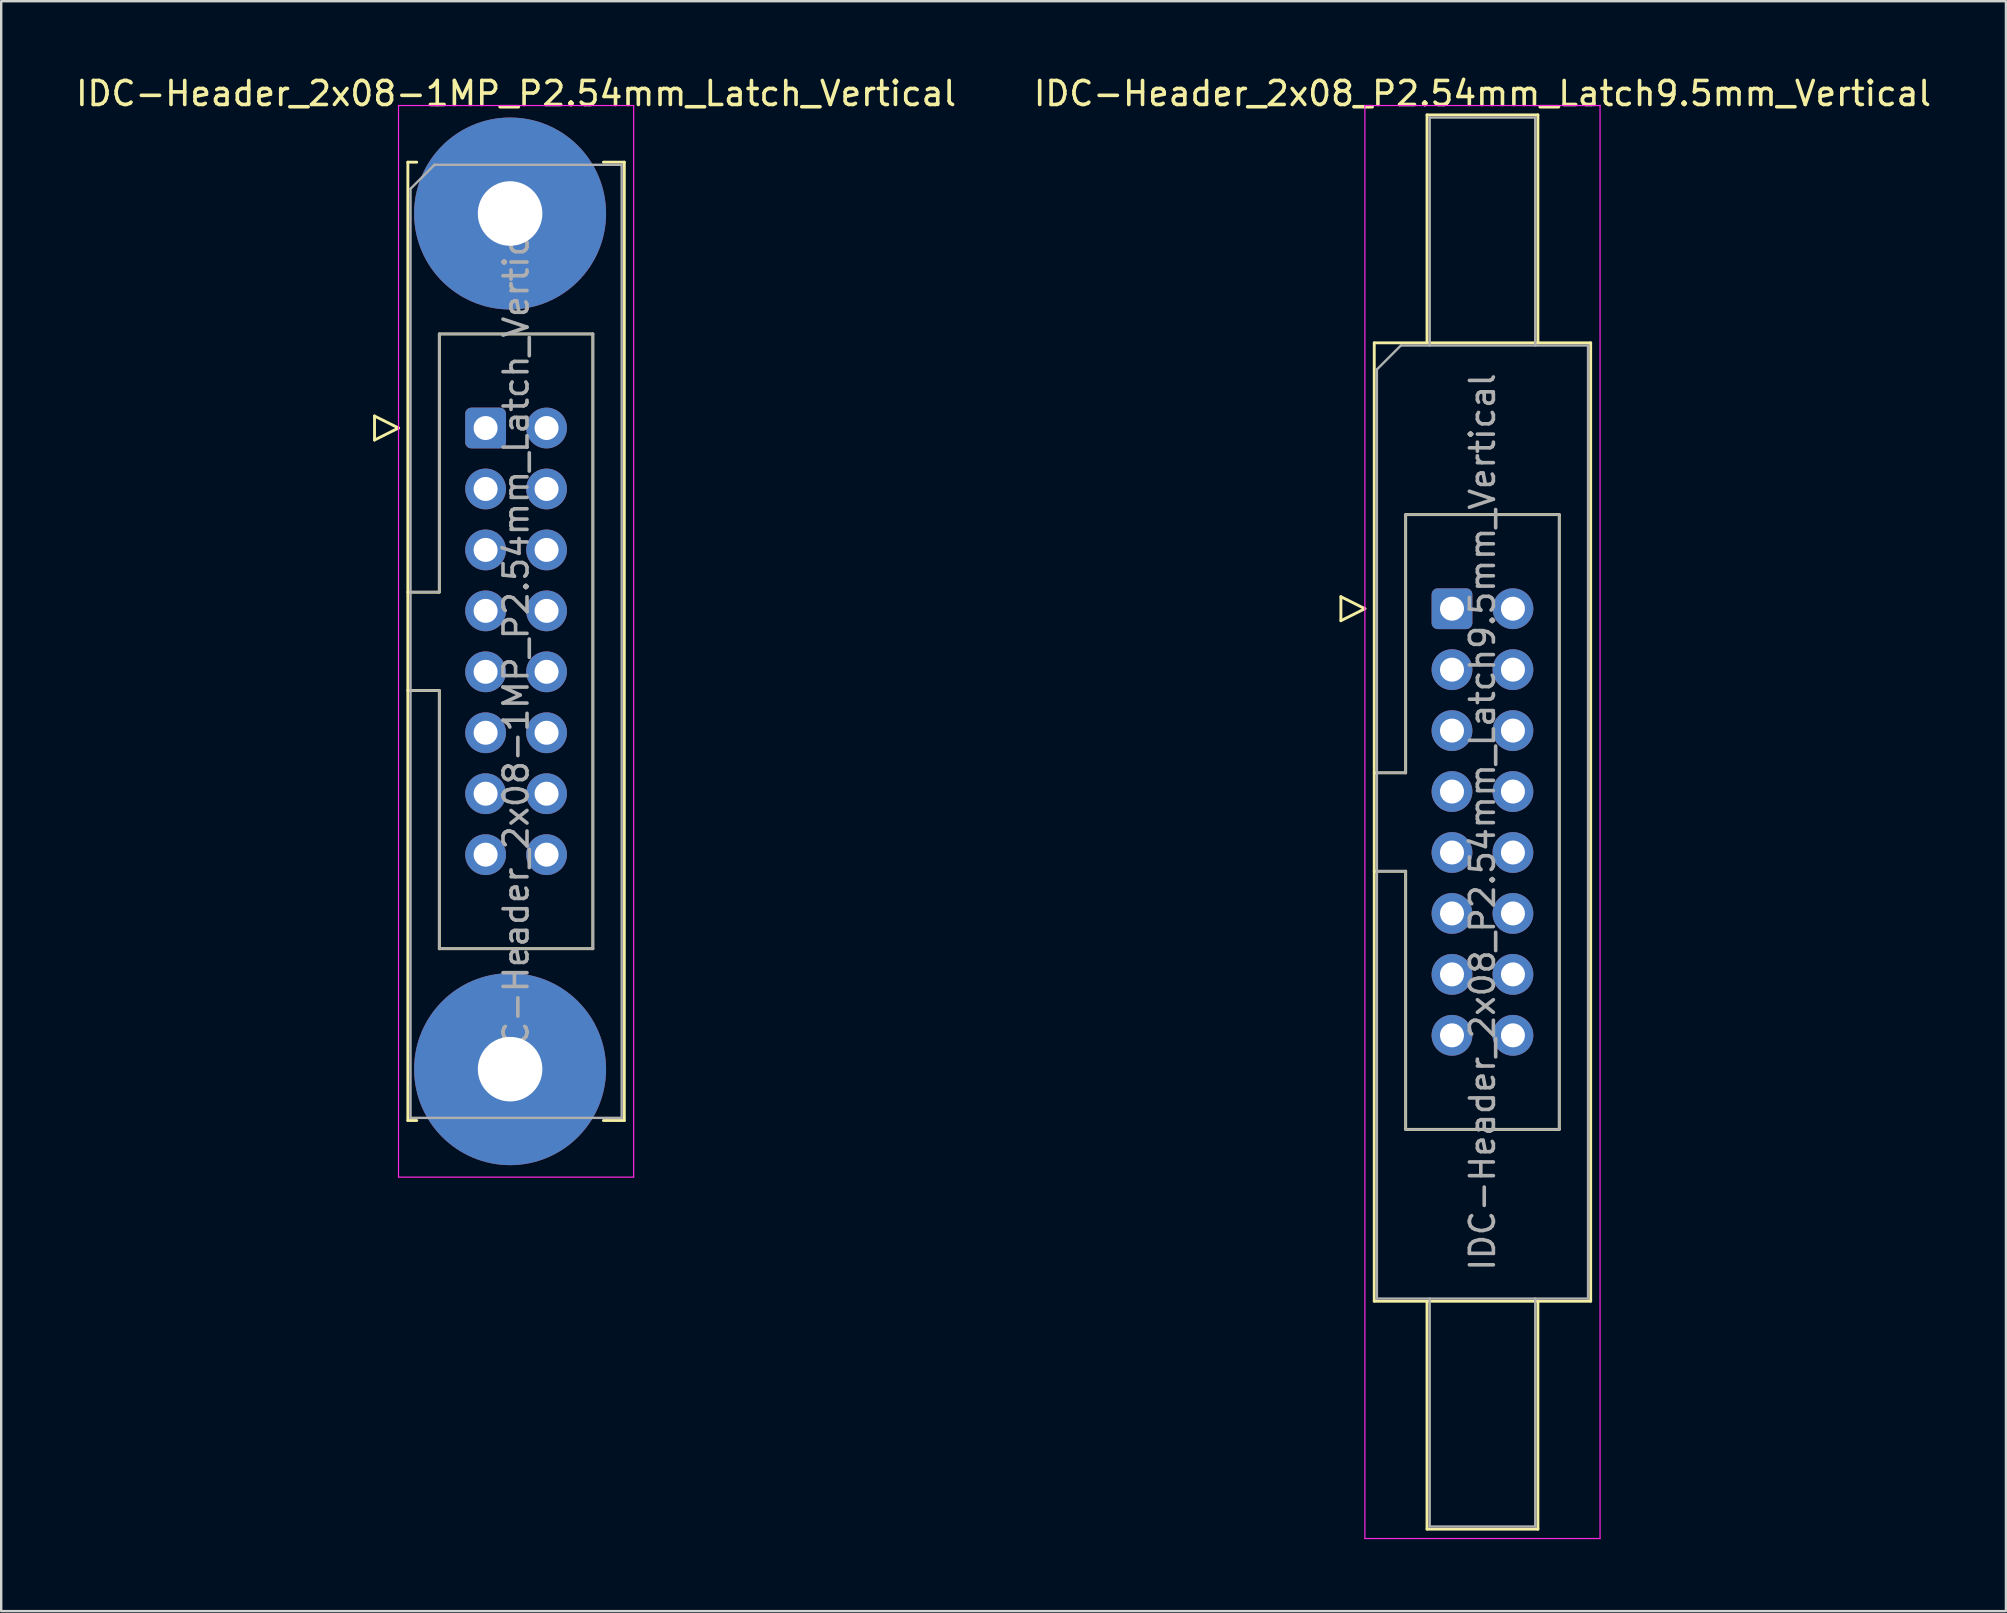
<source format=kicad_pcb>
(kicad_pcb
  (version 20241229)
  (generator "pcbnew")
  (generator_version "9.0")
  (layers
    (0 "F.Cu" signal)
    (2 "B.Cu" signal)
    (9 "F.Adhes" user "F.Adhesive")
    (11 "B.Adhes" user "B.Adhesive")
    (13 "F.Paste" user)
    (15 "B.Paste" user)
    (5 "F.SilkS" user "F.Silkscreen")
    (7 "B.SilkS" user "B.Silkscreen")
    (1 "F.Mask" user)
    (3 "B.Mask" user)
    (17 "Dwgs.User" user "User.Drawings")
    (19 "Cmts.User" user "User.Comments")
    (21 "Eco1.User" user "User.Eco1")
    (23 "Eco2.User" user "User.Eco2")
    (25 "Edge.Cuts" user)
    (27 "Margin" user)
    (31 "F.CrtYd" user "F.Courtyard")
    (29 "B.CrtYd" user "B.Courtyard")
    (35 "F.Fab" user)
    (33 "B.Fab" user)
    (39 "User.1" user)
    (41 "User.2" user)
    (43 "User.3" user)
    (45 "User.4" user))
  (footprint "IDC-Header_2x08-1MP_P2.54mm_Latch_Vertical"
    (layer "F.Cu")
    (at 17.188 14.788)
    (property "Reference" "IDC-Header_2x08-1MP_P2.54mm_Latch_Vertical" (at 1.27 -13.94 0) (layer "F.SilkS") (effects (font (size 1 1) (thickness 0.15))))
    (attr through_hole)
    (fp_line (start -4.63 -0.5) (end -4.63 0.5) (stroke (width 0.12) (type solid)) (layer "F.SilkS"))
    (fp_line (start -4.63 0.5) (end -3.63 0) (stroke (width 0.12) (type solid)) (layer "F.SilkS"))
    (fp_line (start -3.63 0) (end -4.63 -0.5) (stroke (width 0.12) (type solid)) (layer "F.SilkS"))
    (fp_line (start -3.24 -11.08) (end -3.24 28.86) (stroke (width 0.12) (type solid)) (layer "F.SilkS"))
    (fp_line (start -3.24 6.84) (end -1.93 6.84) (stroke (width 0.12) (type solid)) (layer "F.SilkS"))
    (fp_line (start -3.24 28.86) (end -2.87 28.86) (stroke (width 0.12) (type solid)) (layer "F.SilkS"))
    (fp_line (start -2.87 -11.08) (end -3.24 -11.08) (stroke (width 0.12) (type solid)) (layer "F.SilkS"))
    (fp_line (start -1.93 -3.92) (end 4.47 -3.92) (stroke (width 0.12) (type solid)) (layer "F.SilkS"))
    (fp_line (start -1.93 6.84) (end -1.93 -3.92) (stroke (width 0.12) (type solid)) (layer "F.SilkS"))
    (fp_line (start -1.93 10.94) (end -3.24 10.94) (stroke (width 0.12) (type solid)) (layer "F.SilkS"))
    (fp_line (start -1.93 21.7) (end -1.93 10.94) (stroke (width 0.12) (type solid)) (layer "F.SilkS"))
    (fp_line (start 4.47 -3.92) (end 4.47 21.7) (stroke (width 0.12) (type solid)) (layer "F.SilkS"))
    (fp_line (start 4.47 21.7) (end -1.93 21.7) (stroke (width 0.12) (type solid)) (layer "F.SilkS"))
    (fp_line (start 4.91 -11.08) (end 5.78 -11.08) (stroke (width 0.12) (type solid)) (layer "F.SilkS"))
    (fp_line (start 5.78 -11.08) (end 5.78 28.86) (stroke (width 0.12) (type solid)) (layer "F.SilkS"))
    (fp_line (start 5.78 28.86) (end 4.91 28.86) (stroke (width 0.12) (type solid)) (layer "F.SilkS"))
    (fp_line (start -3.63 -13.44) (end -3.63 31.22) (stroke (width 0.05) (type solid)) (layer "F.CrtYd"))
    (fp_line (start -3.63 31.22) (end 6.17 31.22) (stroke (width 0.05) (type solid)) (layer "F.CrtYd"))
    (fp_line (start 6.17 -13.44) (end -3.63 -13.44) (stroke (width 0.05) (type solid)) (layer "F.CrtYd"))
    (fp_line (start 6.17 31.22) (end 6.17 -13.44) (stroke (width 0.05) (type solid)) (layer "F.CrtYd"))
    (fp_line (start -3.13 -9.97) (end -2.13 -10.97) (stroke (width 0.1) (type solid)) (layer "F.Fab"))
    (fp_line (start -3.13 6.84) (end -1.93 6.84) (stroke (width 0.1) (type solid)) (layer "F.Fab"))
    (fp_line (start -3.13 28.75) (end -3.13 -9.97) (stroke (width 0.1) (type solid)) (layer "F.Fab"))
    (fp_line (start -2.13 -10.97) (end 5.67 -10.97) (stroke (width 0.1) (type solid)) (layer "F.Fab"))
    (fp_line (start -1.93 -3.92) (end 4.47 -3.92) (stroke (width 0.1) (type solid)) (layer "F.Fab"))
    (fp_line (start -1.93 6.84) (end -1.93 -3.92) (stroke (width 0.1) (type solid)) (layer "F.Fab"))
    (fp_line (start -1.93 10.94) (end -3.13 10.94) (stroke (width 0.1) (type solid)) (layer "F.Fab"))
    (fp_line (start -1.93 21.7) (end -1.93 10.94) (stroke (width 0.1) (type solid)) (layer "F.Fab"))
    (fp_line (start 4.47 -3.92) (end 4.47 21.7) (stroke (width 0.1) (type solid)) (layer "F.Fab"))
    (fp_line (start 4.47 21.7) (end -1.93 21.7) (stroke (width 0.1) (type solid)) (layer "F.Fab"))
    (fp_line (start 5.67 -10.97) (end 5.67 28.75) (stroke (width 0.1) (type solid)) (layer "F.Fab"))
    (fp_line (start 5.67 28.75) (end -3.13 28.75) (stroke (width 0.1) (type solid)) (layer "F.Fab"))
    (fp_text user "${REFERENCE}" (at 1.27 8.89 90) (layer "F.Fab") (effects (font (size 1 1) (thickness 0.15))))
    (pad "1" thru_hole roundrect (at 0 0) (size 1.7 1.7) (drill 1) (layers "*.Cu" "*.Mask") (roundrect_rratio 0.147))
    (pad "2" thru_hole circle (at 2.54 0) (size 1.7 1.7) (drill 1) (layers "*.Cu" "*.Mask"))
    (pad "3" thru_hole circle (at 0 2.54) (size 1.7 1.7) (drill 1) (layers "*.Cu" "*.Mask"))
    (pad "4" thru_hole circle (at 2.54 2.54) (size 1.7 1.7) (drill 1) (layers "*.Cu" "*.Mask"))
    (pad "5" thru_hole circle (at 0 5.08) (size 1.7 1.7) (drill 1) (layers "*.Cu" "*.Mask"))
    (pad "6" thru_hole circle (at 2.54 5.08) (size 1.7 1.7) (drill 1) (layers "*.Cu" "*.Mask"))
    (pad "7" thru_hole circle (at 0 7.62) (size 1.7 1.7) (drill 1) (layers "*.Cu" "*.Mask"))
    (pad "8" thru_hole circle (at 2.54 7.62) (size 1.7 1.7) (drill 1) (layers "*.Cu" "*.Mask"))
    (pad "9" thru_hole circle (at 0 10.16) (size 1.7 1.7) (drill 1) (layers "*.Cu" "*.Mask"))
    (pad "10" thru_hole circle (at 2.54 10.16) (size 1.7 1.7) (drill 1) (layers "*.Cu" "*.Mask"))
    (pad "11" thru_hole circle (at 0 12.7) (size 1.7 1.7) (drill 1) (layers "*.Cu" "*.Mask"))
    (pad "12" thru_hole circle (at 2.54 12.7) (size 1.7 1.7) (drill 1) (layers "*.Cu" "*.Mask"))
    (pad "13" thru_hole circle (at 0 15.24) (size 1.7 1.7) (drill 1) (layers "*.Cu" "*.Mask"))
    (pad "14" thru_hole circle (at 2.54 15.24) (size 1.7 1.7) (drill 1) (layers "*.Cu" "*.Mask"))
    (pad "15" thru_hole circle (at 0 17.78) (size 1.7 1.7) (drill 1) (layers "*.Cu" "*.Mask"))
    (pad "16" thru_hole circle (at 2.54 17.78) (size 1.7 1.7) (drill 1) (layers "*.Cu" "*.Mask"))
    (pad "MP" thru_hole circle (at 1.02 -8.94) (size 8 8) (drill 2.69) (layers "*.Cu" "*.Mask"))
    (pad "MP" thru_hole circle (at 1.02 26.72) (size 8 8) (drill 2.69) (layers "*.Cu" "*.Mask")))
  (footprint "IDC-Header_2x08_P2.54mm_Latch9.5mm_Vertical"
    (layer "F.Cu")
    (at 57.462 22.318)
    (property "Reference" "IDC-Header_2x08_P2.54mm_Latch9.5mm_Vertical" (at 1.27 -21.47 0) (layer "F.SilkS") (effects (font (size 1 1) (thickness 0.15))))
    (attr through_hole)
    (fp_line (start -4.63 -0.5) (end -4.63 0.5) (stroke (width 0.12) (type solid)) (layer "F.SilkS"))
    (fp_line (start -4.63 0.5) (end -3.63 0) (stroke (width 0.12) (type solid)) (layer "F.SilkS"))
    (fp_line (start -3.63 0) (end -4.63 -0.5) (stroke (width 0.12) (type solid)) (layer "F.SilkS"))
    (fp_line (start -3.24 -11.08) (end 5.78 -11.08) (stroke (width 0.12) (type solid)) (layer "F.SilkS"))
    (fp_line (start -3.24 6.84) (end -1.93 6.84) (stroke (width 0.12) (type solid)) (layer "F.SilkS"))
    (fp_line (start -3.24 28.86) (end -3.24 -11.08) (stroke (width 0.12) (type solid)) (layer "F.SilkS"))
    (fp_line (start -1.93 -3.92) (end 4.47 -3.92) (stroke (width 0.12) (type solid)) (layer "F.SilkS"))
    (fp_line (start -1.93 6.84) (end -1.93 -3.92) (stroke (width 0.12) (type solid)) (layer "F.SilkS"))
    (fp_line (start -1.93 10.94) (end -3.24 10.94) (stroke (width 0.12) (type solid)) (layer "F.SilkS"))
    (fp_line (start -1.93 21.7) (end -1.93 10.94) (stroke (width 0.12) (type solid)) (layer "F.SilkS"))
    (fp_line (start -1.04 -20.58) (end 3.58 -20.58) (stroke (width 0.12) (type solid)) (layer "F.SilkS"))
    (fp_line (start -1.04 -11.08) (end -1.04 -20.58) (stroke (width 0.12) (type solid)) (layer "F.SilkS"))
    (fp_line (start -1.04 28.86) (end -1.04 38.36) (stroke (width 0.12) (type solid)) (layer "F.SilkS"))
    (fp_line (start -1.04 38.36) (end 3.58 38.36) (stroke (width 0.12) (type solid)) (layer "F.SilkS"))
    (fp_line (start 3.58 -20.58) (end 3.58 -11.08) (stroke (width 0.12) (type solid)) (layer "F.SilkS"))
    (fp_line (start 3.58 38.36) (end 3.58 28.86) (stroke (width 0.12) (type solid)) (layer "F.SilkS"))
    (fp_line (start 4.47 -3.92) (end 4.47 21.7) (stroke (width 0.12) (type solid)) (layer "F.SilkS"))
    (fp_line (start 4.47 21.7) (end -1.93 21.7) (stroke (width 0.12) (type solid)) (layer "F.SilkS"))
    (fp_line (start 5.78 -11.08) (end 5.78 28.86) (stroke (width 0.12) (type solid)) (layer "F.SilkS"))
    (fp_line (start 5.78 28.86) (end -3.24 28.86) (stroke (width 0.12) (type solid)) (layer "F.SilkS"))
    (fp_line (start -3.63 -20.97) (end -3.63 38.75) (stroke (width 0.05) (type solid)) (layer "F.CrtYd"))
    (fp_line (start -3.63 38.75) (end 6.17 38.75) (stroke (width 0.05) (type solid)) (layer "F.CrtYd"))
    (fp_line (start 6.17 -20.97) (end -3.63 -20.97) (stroke (width 0.05) (type solid)) (layer "F.CrtYd"))
    (fp_line (start 6.17 38.75) (end 6.17 -20.97) (stroke (width 0.05) (type solid)) (layer "F.CrtYd"))
    (fp_line (start -3.13 -9.97) (end -2.13 -10.97) (stroke (width 0.1) (type solid)) (layer "F.Fab"))
    (fp_line (start -3.13 6.84) (end -1.93 6.84) (stroke (width 0.1) (type solid)) (layer "F.Fab"))
    (fp_line (start -3.13 28.75) (end -3.13 -9.97) (stroke (width 0.1) (type solid)) (layer "F.Fab"))
    (fp_line (start -2.13 -10.97) (end 5.67 -10.97) (stroke (width 0.1) (type solid)) (layer "F.Fab"))
    (fp_line (start -1.93 -3.92) (end 4.47 -3.92) (stroke (width 0.1) (type solid)) (layer "F.Fab"))
    (fp_line (start -1.93 6.84) (end -1.93 -3.92) (stroke (width 0.1) (type solid)) (layer "F.Fab"))
    (fp_line (start -1.93 10.94) (end -3.13 10.94) (stroke (width 0.1) (type solid)) (layer "F.Fab"))
    (fp_line (start -1.93 21.7) (end -1.93 10.94) (stroke (width 0.1) (type solid)) (layer "F.Fab"))
    (fp_line (start -0.93 -20.47) (end 3.47 -20.47) (stroke (width 0.1) (type solid)) (layer "F.Fab"))
    (fp_line (start -0.93 -10.97) (end -0.93 -20.47) (stroke (width 0.1) (type solid)) (layer "F.Fab"))
    (fp_line (start -0.93 28.75) (end -0.93 38.25) (stroke (width 0.1) (type solid)) (layer "F.Fab"))
    (fp_line (start -0.93 38.25) (end 3.47 38.25) (stroke (width 0.1) (type solid)) (layer "F.Fab"))
    (fp_line (start 3.47 -20.47) (end 3.47 -10.97) (stroke (width 0.1) (type solid)) (layer "F.Fab"))
    (fp_line (start 3.47 38.25) (end 3.47 28.75) (stroke (width 0.1) (type solid)) (layer "F.Fab"))
    (fp_line (start 4.47 -3.92) (end 4.47 21.7) (stroke (width 0.1) (type solid)) (layer "F.Fab"))
    (fp_line (start 4.47 21.7) (end -1.93 21.7) (stroke (width 0.1) (type solid)) (layer "F.Fab"))
    (fp_line (start 5.67 -10.97) (end 5.67 28.75) (stroke (width 0.1) (type solid)) (layer "F.Fab"))
    (fp_line (start 5.67 28.75) (end -3.13 28.75) (stroke (width 0.1) (type solid)) (layer "F.Fab"))
    (fp_text user "${REFERENCE}" (at 1.27 8.89 90) (layer "F.Fab") (effects (font (size 1 1) (thickness 0.15))))
    (pad "1" thru_hole roundrect (at 0 0) (size 1.7 1.7) (drill 1) (layers "*.Cu" "*.Mask") (roundrect_rratio 0.147))
    (pad "2" thru_hole circle (at 2.54 0) (size 1.7 1.7) (drill 1) (layers "*.Cu" "*.Mask"))
    (pad "3" thru_hole circle (at 0 2.54) (size 1.7 1.7) (drill 1) (layers "*.Cu" "*.Mask"))
    (pad "4" thru_hole circle (at 2.54 2.54) (size 1.7 1.7) (drill 1) (layers "*.Cu" "*.Mask"))
    (pad "5" thru_hole circle (at 0 5.08) (size 1.7 1.7) (drill 1) (layers "*.Cu" "*.Mask"))
    (pad "6" thru_hole circle (at 2.54 5.08) (size 1.7 1.7) (drill 1) (layers "*.Cu" "*.Mask"))
    (pad "7" thru_hole circle (at 0 7.62) (size 1.7 1.7) (drill 1) (layers "*.Cu" "*.Mask"))
    (pad "8" thru_hole circle (at 2.54 7.62) (size 1.7 1.7) (drill 1) (layers "*.Cu" "*.Mask"))
    (pad "9" thru_hole circle (at 0 10.16) (size 1.7 1.7) (drill 1) (layers "*.Cu" "*.Mask"))
    (pad "10" thru_hole circle (at 2.54 10.16) (size 1.7 1.7) (drill 1) (layers "*.Cu" "*.Mask"))
    (pad "11" thru_hole circle (at 0 12.7) (size 1.7 1.7) (drill 1) (layers "*.Cu" "*.Mask"))
    (pad "12" thru_hole circle (at 2.54 12.7) (size 1.7 1.7) (drill 1) (layers "*.Cu" "*.Mask"))
    (pad "13" thru_hole circle (at 0 15.24) (size 1.7 1.7) (drill 1) (layers "*.Cu" "*.Mask"))
    (pad "14" thru_hole circle (at 2.54 15.24) (size 1.7 1.7) (drill 1) (layers "*.Cu" "*.Mask"))
    (pad "15" thru_hole circle (at 0 17.78) (size 1.7 1.7) (drill 1) (layers "*.Cu" "*.Mask"))
    (pad "16" thru_hole circle (at 2.54 17.78) (size 1.7 1.7) (drill 1) (layers "*.Cu" "*.Mask")))
  (gr_rect
    (start -3 -3)
    (end 80.548 64.093)
    (stroke (width 0.1) (type default))
    (fill no)
    (layer "Edge.Cuts")))
</source>
